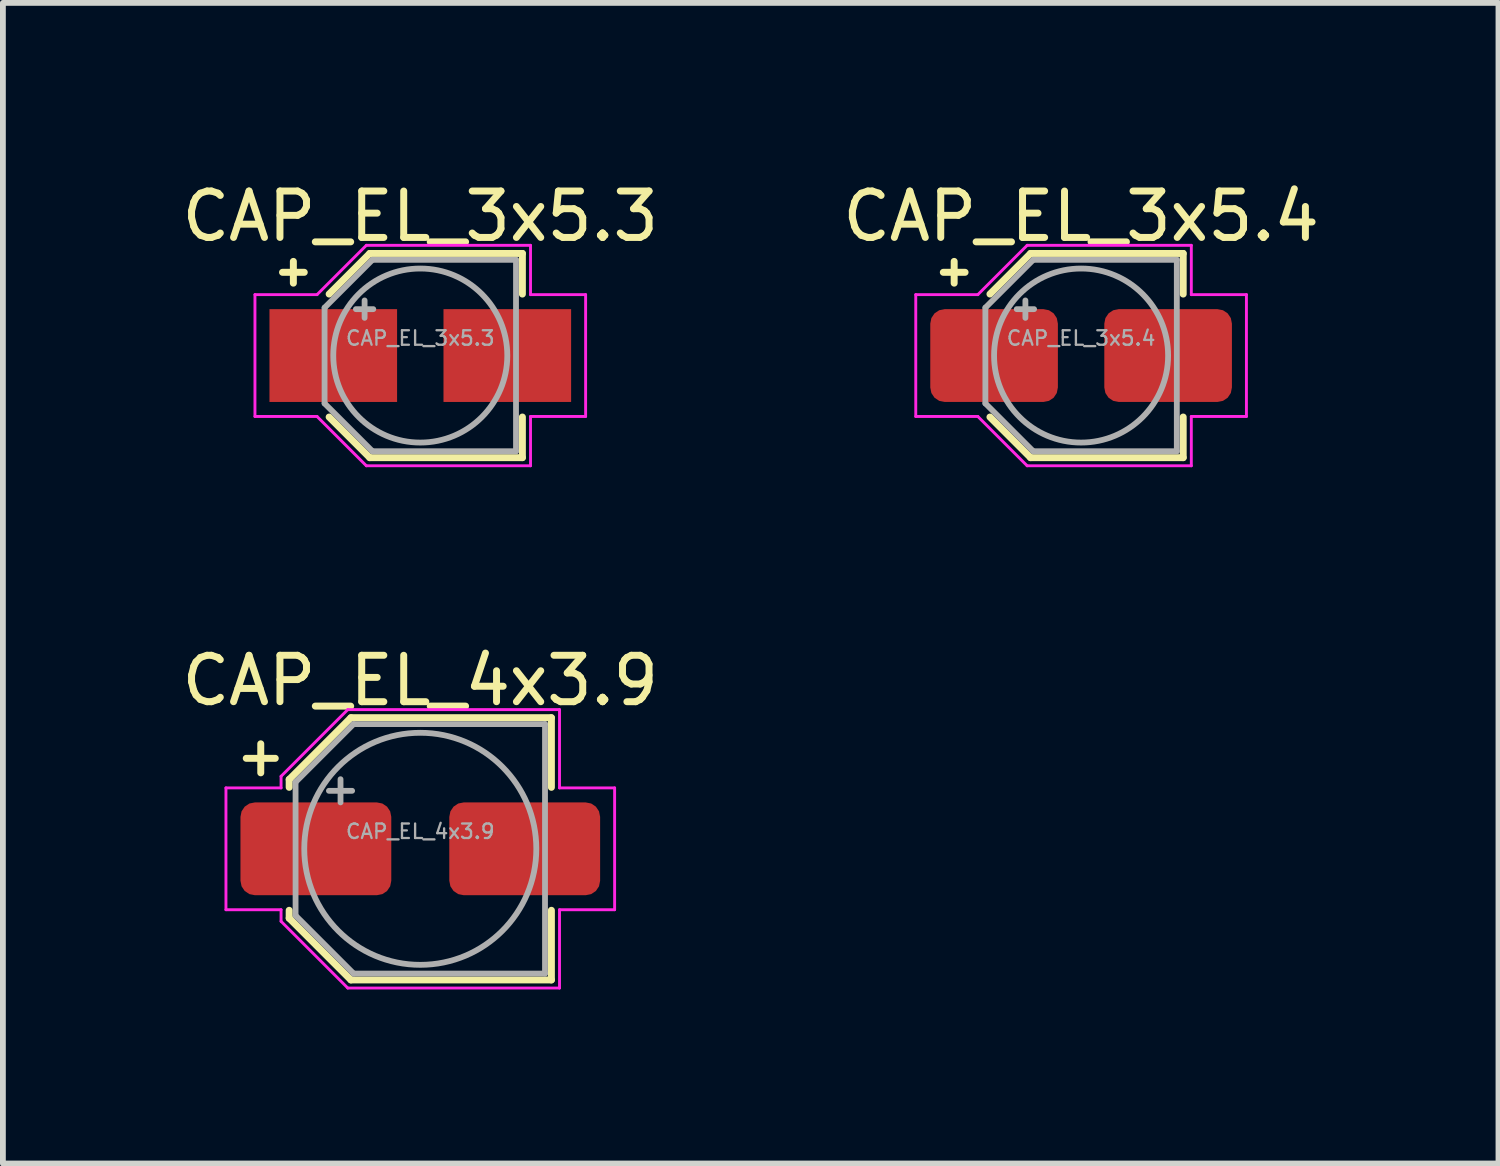
<source format=kicad_pcb>
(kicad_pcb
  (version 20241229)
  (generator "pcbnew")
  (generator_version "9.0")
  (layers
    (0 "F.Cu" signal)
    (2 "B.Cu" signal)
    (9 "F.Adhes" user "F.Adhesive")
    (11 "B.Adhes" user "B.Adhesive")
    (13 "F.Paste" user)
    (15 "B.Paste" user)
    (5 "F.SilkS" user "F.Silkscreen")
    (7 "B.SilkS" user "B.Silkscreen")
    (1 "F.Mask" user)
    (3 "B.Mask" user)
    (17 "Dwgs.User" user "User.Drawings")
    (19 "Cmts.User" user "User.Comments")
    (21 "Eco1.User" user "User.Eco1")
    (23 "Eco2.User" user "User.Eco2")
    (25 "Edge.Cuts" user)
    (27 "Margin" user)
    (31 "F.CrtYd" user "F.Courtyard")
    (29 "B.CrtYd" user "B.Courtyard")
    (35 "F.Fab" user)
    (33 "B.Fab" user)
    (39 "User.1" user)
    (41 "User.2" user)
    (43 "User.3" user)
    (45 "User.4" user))
  (footprint "CAP_EL_3x5.3"
    (layer "F.Cu")
    (at 4.195 3.079)
    (property "Reference" "CAP_EL_3x5.3" (at 0 -2.4 0) (layer "F.SilkS") (effects (font (size 0.8 0.8) (thickness 0.12))))
    (attr smd)
    (fp_line (start -2.375 -1.435) (end -2 -1.435) (stroke (width 0.12) (type solid)) (layer "F.SilkS"))
    (fp_line (start -2.188 -1.623) (end -2.188 -1.248) (stroke (width 0.12) (type solid)) (layer "F.SilkS"))
    (fp_line (start -1.571 -1.06) (end -0.871 -1.76) (stroke (width 0.12) (type solid)) (layer "F.SilkS"))
    (fp_line (start -1.571 1.06) (end -0.871 1.76) (stroke (width 0.12) (type solid)) (layer "F.SilkS"))
    (fp_line (start -0.871 -1.76) (end 1.76 -1.76) (stroke (width 0.12) (type solid)) (layer "F.SilkS"))
    (fp_line (start -0.871 1.76) (end 1.76 1.76) (stroke (width 0.12) (type solid)) (layer "F.SilkS"))
    (fp_line (start 1.76 -1.76) (end 1.76 -1.06) (stroke (width 0.12) (type solid)) (layer "F.SilkS"))
    (fp_line (start 1.76 1.76) (end 1.76 1.06) (stroke (width 0.12) (type solid)) (layer "F.SilkS"))
    (fp_line (start -2.85 -1.05) (end -2.85 1.05) (stroke (width 0.05) (type solid)) (layer "F.CrtYd"))
    (fp_line (start -2.85 1.05) (end -1.78 1.05) (stroke (width 0.05) (type solid)) (layer "F.CrtYd"))
    (fp_line (start -1.78 -1.05) (end -2.85 -1.05) (stroke (width 0.05) (type solid)) (layer "F.CrtYd"))
    (fp_line (start -1.78 -1.05) (end -0.93 -1.9) (stroke (width 0.05) (type solid)) (layer "F.CrtYd"))
    (fp_line (start -1.78 1.05) (end -0.93 1.9) (stroke (width 0.05) (type solid)) (layer "F.CrtYd"))
    (fp_line (start -0.93 -1.9) (end 1.9 -1.9) (stroke (width 0.05) (type solid)) (layer "F.CrtYd"))
    (fp_line (start -0.93 1.9) (end 1.9 1.9) (stroke (width 0.05) (type solid)) (layer "F.CrtYd"))
    (fp_line (start 1.9 -1.9) (end 1.9 -1.05) (stroke (width 0.05) (type solid)) (layer "F.CrtYd"))
    (fp_line (start 1.9 -1.05) (end 2.85 -1.05) (stroke (width 0.05) (type solid)) (layer "F.CrtYd"))
    (fp_line (start 1.9 1.05) (end 1.9 1.9) (stroke (width 0.05) (type solid)) (layer "F.CrtYd"))
    (fp_line (start 2.85 -1.05) (end 2.85 1.05) (stroke (width 0.05) (type solid)) (layer "F.CrtYd"))
    (fp_line (start 2.85 1.05) (end 1.9 1.05) (stroke (width 0.05) (type solid)) (layer "F.CrtYd"))
    (fp_line (start -1.65 -0.825) (end -1.65 0.825) (stroke (width 0.1) (type solid)) (layer "F.Fab"))
    (fp_line (start -1.65 -0.825) (end -0.825 -1.65) (stroke (width 0.1) (type solid)) (layer "F.Fab"))
    (fp_line (start -1.65 0.825) (end -0.825 1.65) (stroke (width 0.1) (type solid)) (layer "F.Fab"))
    (fp_line (start -1.11 -0.8) (end -0.81 -0.8) (stroke (width 0.1) (type solid)) (layer "F.Fab"))
    (fp_line (start -0.96 -0.95) (end -0.96 -0.65) (stroke (width 0.1) (type solid)) (layer "F.Fab"))
    (fp_line (start -0.825 -1.65) (end 1.65 -1.65) (stroke (width 0.1) (type solid)) (layer "F.Fab"))
    (fp_line (start -0.825 1.65) (end 1.65 1.65) (stroke (width 0.1) (type solid)) (layer "F.Fab"))
    (fp_line (start 1.65 -1.65) (end 1.65 1.65) (stroke (width 0.1) (type solid)) (layer "F.Fab"))
    (fp_circle (center 0 0) (end 1.5 0) (stroke (width 0.1) (type solid)) (fill no) (layer "F.Fab"))
    (fp_text user "${REFERENCE}" (at 0 -0.3 0) (layer "F.Fab") (effects (font (size 0.25 0.25) (thickness 0.04))))
    (pad "1" smd rect (at -1.5 0) (size 2.2 1.6) (layers "F.Cu" "F.Mask" "F.Paste"))
    (pad "2" smd rect (at 1.5 0) (size 2.2 1.6) (layers "F.Cu" "F.Mask" "F.Paste")))
  (footprint "CAP_EL_4x3.9"
    (layer "F.Cu")
    (at 4.195 11.582)
    (property "Reference" "CAP_EL_4x3.9" (at 0 -2.9 0) (layer "F.SilkS") (effects (font (size 0.8 0.8) (thickness 0.12))))
    (attr smd)
    (fp_line (start -3 -1.56) (end -2.5 -1.56) (stroke (width 0.12) (type solid)) (layer "F.SilkS"))
    (fp_line (start -2.75 -1.81) (end -2.75 -1.31) (stroke (width 0.12) (type solid)) (layer "F.SilkS"))
    (fp_line (start -2.26 -1.196) (end -2.26 -1.06) (stroke (width 0.12) (type solid)) (layer "F.SilkS"))
    (fp_line (start -2.26 -1.196) (end -1.196 -2.26) (stroke (width 0.12) (type solid)) (layer "F.SilkS"))
    (fp_line (start -2.26 1.196) (end -2.26 1.06) (stroke (width 0.12) (type solid)) (layer "F.SilkS"))
    (fp_line (start -2.26 1.196) (end -1.196 2.26) (stroke (width 0.12) (type solid)) (layer "F.SilkS"))
    (fp_line (start -1.196 -2.26) (end 2.26 -2.26) (stroke (width 0.12) (type solid)) (layer "F.SilkS"))
    (fp_line (start -1.196 2.26) (end 2.26 2.26) (stroke (width 0.12) (type solid)) (layer "F.SilkS"))
    (fp_line (start 2.26 -2.26) (end 2.26 -1.06) (stroke (width 0.12) (type solid)) (layer "F.SilkS"))
    (fp_line (start 2.26 2.26) (end 2.26 1.06) (stroke (width 0.12) (type solid)) (layer "F.SilkS"))
    (fp_line (start -3.35 -1.05) (end -3.35 1.05) (stroke (width 0.05) (type solid)) (layer "F.CrtYd"))
    (fp_line (start -3.35 1.05) (end -2.4 1.05) (stroke (width 0.05) (type solid)) (layer "F.CrtYd"))
    (fp_line (start -2.4 -1.25) (end -2.4 -1.05) (stroke (width 0.05) (type solid)) (layer "F.CrtYd"))
    (fp_line (start -2.4 -1.25) (end -1.25 -2.4) (stroke (width 0.05) (type solid)) (layer "F.CrtYd"))
    (fp_line (start -2.4 -1.05) (end -3.35 -1.05) (stroke (width 0.05) (type solid)) (layer "F.CrtYd"))
    (fp_line (start -2.4 1.05) (end -2.4 1.25) (stroke (width 0.05) (type solid)) (layer "F.CrtYd"))
    (fp_line (start -2.4 1.25) (end -1.25 2.4) (stroke (width 0.05) (type solid)) (layer "F.CrtYd"))
    (fp_line (start -1.25 -2.4) (end 2.4 -2.4) (stroke (width 0.05) (type solid)) (layer "F.CrtYd"))
    (fp_line (start -1.25 2.4) (end 2.4 2.4) (stroke (width 0.05) (type solid)) (layer "F.CrtYd"))
    (fp_line (start 2.4 -2.4) (end 2.4 -1.05) (stroke (width 0.05) (type solid)) (layer "F.CrtYd"))
    (fp_line (start 2.4 -1.05) (end 3.35 -1.05) (stroke (width 0.05) (type solid)) (layer "F.CrtYd"))
    (fp_line (start 2.4 1.05) (end 2.4 2.4) (stroke (width 0.05) (type solid)) (layer "F.CrtYd"))
    (fp_line (start 3.35 -1.05) (end 3.35 1.05) (stroke (width 0.05) (type solid)) (layer "F.CrtYd"))
    (fp_line (start 3.35 1.05) (end 2.4 1.05) (stroke (width 0.05) (type solid)) (layer "F.CrtYd"))
    (fp_line (start -2.15 -1.15) (end -2.15 1.15) (stroke (width 0.1) (type solid)) (layer "F.Fab"))
    (fp_line (start -2.15 -1.15) (end -1.15 -2.15) (stroke (width 0.1) (type solid)) (layer "F.Fab"))
    (fp_line (start -2.15 1.15) (end -1.15 2.15) (stroke (width 0.1) (type solid)) (layer "F.Fab"))
    (fp_line (start -1.575 -1) (end -1.175 -1) (stroke (width 0.1) (type solid)) (layer "F.Fab"))
    (fp_line (start -1.375 -1.2) (end -1.375 -0.8) (stroke (width 0.1) (type solid)) (layer "F.Fab"))
    (fp_line (start -1.15 -2.15) (end 2.15 -2.15) (stroke (width 0.1) (type solid)) (layer "F.Fab"))
    (fp_line (start -1.15 2.15) (end 2.15 2.15) (stroke (width 0.1) (type solid)) (layer "F.Fab"))
    (fp_line (start 2.15 -2.15) (end 2.15 2.15) (stroke (width 0.1) (type solid)) (layer "F.Fab"))
    (fp_circle (center 0 0) (end 2 0) (stroke (width 0.1) (type solid)) (fill no) (layer "F.Fab"))
    (fp_text user "${REFERENCE}" (at 0 -0.3 0) (layer "F.Fab") (effects (font (size 0.25 0.25) (thickness 0.04))))
    (pad "1" smd roundrect (at -1.8 0) (size 2.6 1.6) (layers "F.Cu" "F.Mask" "F.Paste") (roundrect_rratio 0.156))
    (pad "2" smd roundrect (at 1.8 0) (size 2.6 1.6) (layers "F.Cu" "F.Mask" "F.Paste") (roundrect_rratio 0.156)))
  (footprint "CAP_EL_3x5.4"
    (layer "F.Cu")
    (at 15.586 3.079)
    (property "Reference" "CAP_EL_3x5.4" (at 0 -2.4 0) (layer "F.SilkS") (effects (font (size 0.8 0.8) (thickness 0.12))))
    (attr smd)
    (fp_line (start -2.375 -1.435) (end -2 -1.435) (stroke (width 0.12) (type solid)) (layer "F.SilkS"))
    (fp_line (start -2.188 -1.623) (end -2.188 -1.248) (stroke (width 0.12) (type solid)) (layer "F.SilkS"))
    (fp_line (start -1.571 -1.06) (end -0.871 -1.76) (stroke (width 0.12) (type solid)) (layer "F.SilkS"))
    (fp_line (start -1.571 1.06) (end -0.871 1.76) (stroke (width 0.12) (type solid)) (layer "F.SilkS"))
    (fp_line (start -0.871 -1.76) (end 1.76 -1.76) (stroke (width 0.12) (type solid)) (layer "F.SilkS"))
    (fp_line (start -0.871 1.76) (end 1.76 1.76) (stroke (width 0.12) (type solid)) (layer "F.SilkS"))
    (fp_line (start 1.76 -1.76) (end 1.76 -1.06) (stroke (width 0.12) (type solid)) (layer "F.SilkS"))
    (fp_line (start 1.76 1.76) (end 1.76 1.06) (stroke (width 0.12) (type solid)) (layer "F.SilkS"))
    (fp_line (start -2.85 -1.05) (end -2.85 1.05) (stroke (width 0.05) (type solid)) (layer "F.CrtYd"))
    (fp_line (start -2.85 1.05) (end -1.78 1.05) (stroke (width 0.05) (type solid)) (layer "F.CrtYd"))
    (fp_line (start -1.78 -1.05) (end -2.85 -1.05) (stroke (width 0.05) (type solid)) (layer "F.CrtYd"))
    (fp_line (start -1.78 -1.05) (end -0.93 -1.9) (stroke (width 0.05) (type solid)) (layer "F.CrtYd"))
    (fp_line (start -1.78 1.05) (end -0.93 1.9) (stroke (width 0.05) (type solid)) (layer "F.CrtYd"))
    (fp_line (start -0.93 -1.9) (end 1.9 -1.9) (stroke (width 0.05) (type solid)) (layer "F.CrtYd"))
    (fp_line (start -0.93 1.9) (end 1.9 1.9) (stroke (width 0.05) (type solid)) (layer "F.CrtYd"))
    (fp_line (start 1.9 -1.9) (end 1.9 -1.05) (stroke (width 0.05) (type solid)) (layer "F.CrtYd"))
    (fp_line (start 1.9 -1.05) (end 2.85 -1.05) (stroke (width 0.05) (type solid)) (layer "F.CrtYd"))
    (fp_line (start 1.9 1.05) (end 1.9 1.9) (stroke (width 0.05) (type solid)) (layer "F.CrtYd"))
    (fp_line (start 2.85 -1.05) (end 2.85 1.05) (stroke (width 0.05) (type solid)) (layer "F.CrtYd"))
    (fp_line (start 2.85 1.05) (end 1.9 1.05) (stroke (width 0.05) (type solid)) (layer "F.CrtYd"))
    (fp_line (start -1.65 -0.825) (end -1.65 0.825) (stroke (width 0.1) (type solid)) (layer "F.Fab"))
    (fp_line (start -1.65 -0.825) (end -0.825 -1.65) (stroke (width 0.1) (type solid)) (layer "F.Fab"))
    (fp_line (start -1.65 0.825) (end -0.825 1.65) (stroke (width 0.1) (type solid)) (layer "F.Fab"))
    (fp_line (start -1.11 -0.8) (end -0.81 -0.8) (stroke (width 0.1) (type solid)) (layer "F.Fab"))
    (fp_line (start -0.96 -0.95) (end -0.96 -0.65) (stroke (width 0.1) (type solid)) (layer "F.Fab"))
    (fp_line (start -0.825 -1.65) (end 1.65 -1.65) (stroke (width 0.1) (type solid)) (layer "F.Fab"))
    (fp_line (start -0.825 1.65) (end 1.65 1.65) (stroke (width 0.1) (type solid)) (layer "F.Fab"))
    (fp_line (start 1.65 -1.65) (end 1.65 1.65) (stroke (width 0.1) (type solid)) (layer "F.Fab"))
    (fp_circle (center 0 0) (end 1.5 0) (stroke (width 0.1) (type solid)) (fill no) (layer "F.Fab"))
    (fp_text user "${REFERENCE}" (at 0 -0.3 0) (layer "F.Fab") (effects (font (size 0.25 0.25) (thickness 0.04))))
    (pad "1" smd roundrect (at -1.5 0) (size 2.2 1.6) (layers "F.Cu" "F.Mask" "F.Paste") (roundrect_rratio 0.156))
    (pad "2" smd roundrect (at 1.5 0) (size 2.2 1.6) (layers "F.Cu" "F.Mask" "F.Paste") (roundrect_rratio 0.156)))
  (gr_rect
    (start -3 -3)
    (end 22.781 17.007)
    (stroke (width 0.1) (type default))
    (fill no)
    (layer "Edge.Cuts")))
</source>
